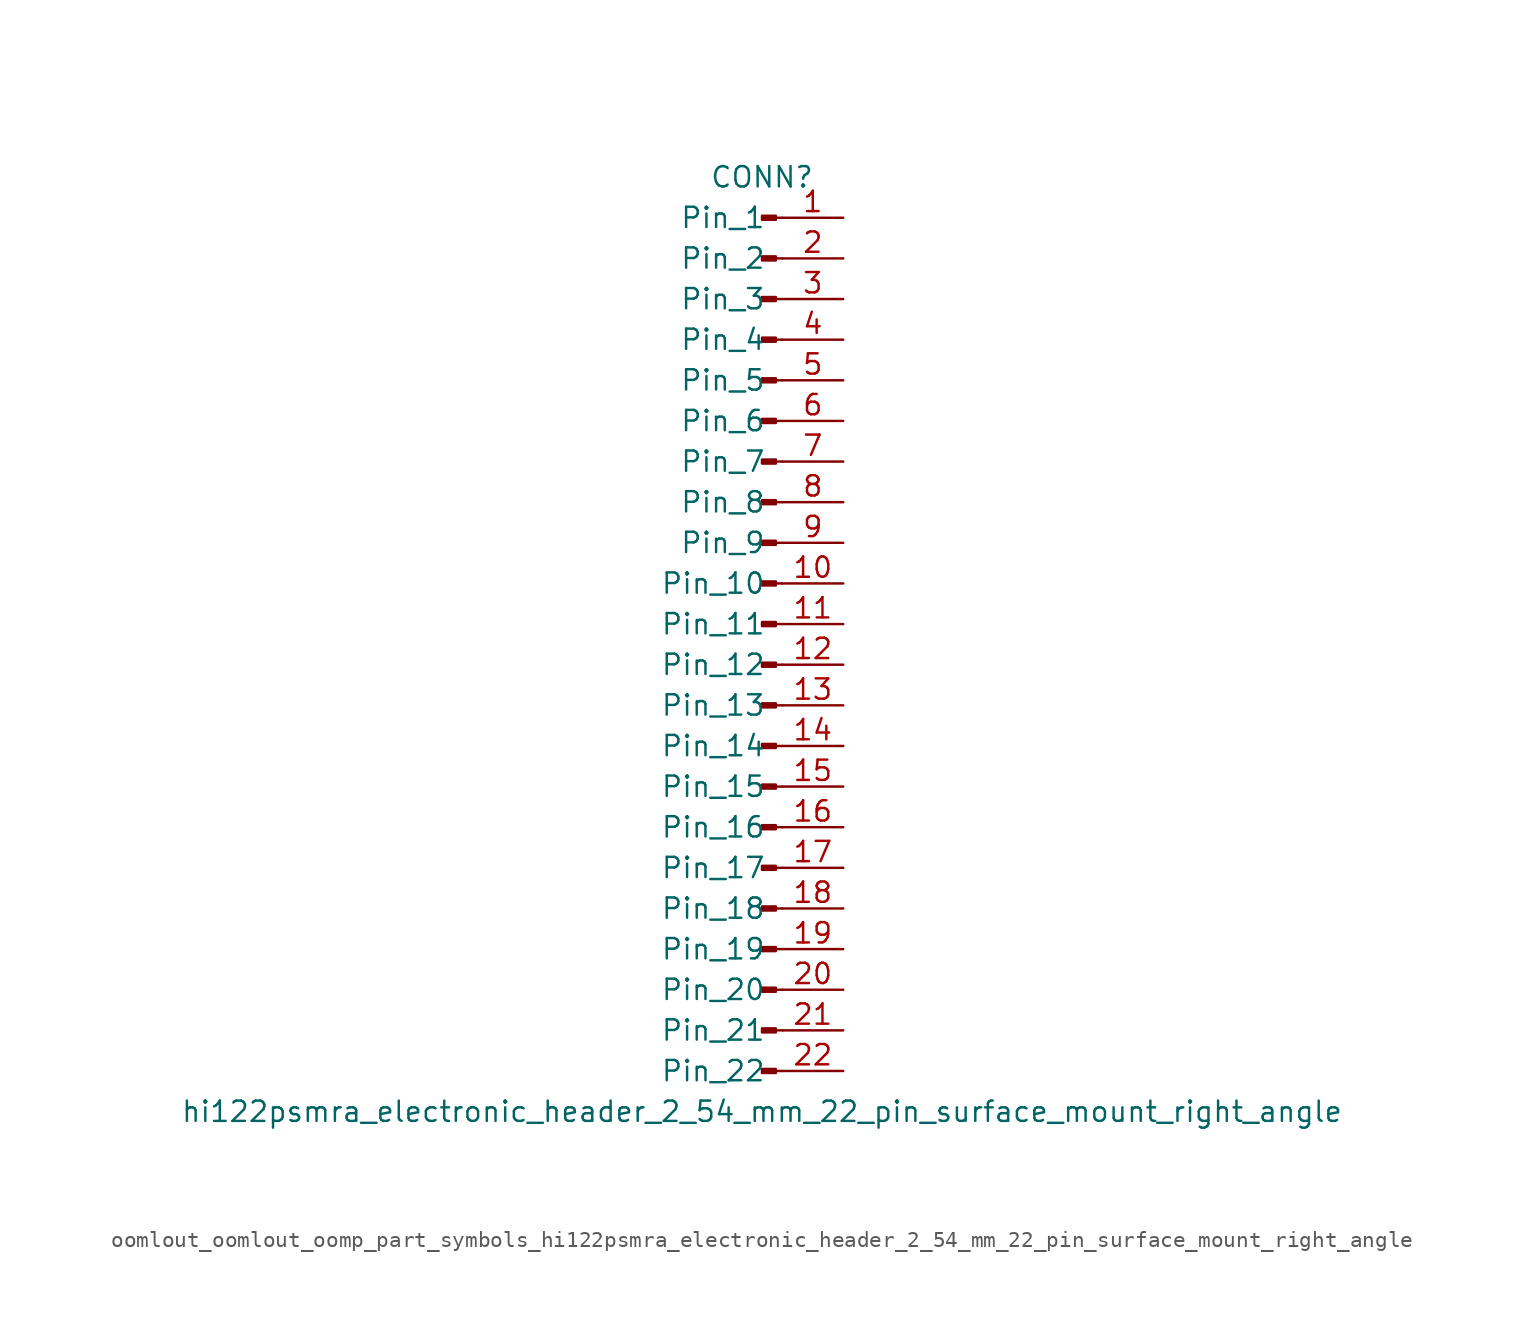
<source format=kicad_sym>
(kicad_symbol_lib
  (version 20220914)
  (generator kicad_symbol_editor)
  (symbol "oomlout_oomlout_oomp_part_symbols_hi122psmra_electronic_header_2_54_mm_22_pin_surface_mount_right_angle"
    (pin_names
      (offset 1.016))
    (property "Reference" "CONN"
      (at 0 27.94 0)
      (effects (font (size 1.27 1.27))))
    (property "Value" "hi122psmra_electronic_header_2_54_mm_22_pin_surface_mount_right_angle"
      (at 0 -30.48 0)
      (effects (font (size 1.27 1.27))))
    (property "ki_locked" ""
      (at 0 0 0)
      (effects (font (size 1.27 1.27))))
    (symbol "oomlout_oomlout_oomp_part_symbols_hi122psmra_electronic_header_2_54_mm_22_pin_surface_mount_right_angle_1_1"
      (polyline (pts (xy 1.27 -27.94) (xy 0.864 -27.94)) (stroke (width 0.152) (type default)) (fill (type none)))
      (polyline (pts (xy 1.27 -25.4) (xy 0.864 -25.4)) (stroke (width 0.152) (type default)) (fill (type none)))
      (polyline (pts (xy 1.27 -22.86) (xy 0.864 -22.86)) (stroke (width 0.152) (type default)) (fill (type none)))
      (polyline (pts (xy 1.27 -20.32) (xy 0.864 -20.32)) (stroke (width 0.152) (type default)) (fill (type none)))
      (polyline (pts (xy 1.27 -17.78) (xy 0.864 -17.78)) (stroke (width 0.152) (type default)) (fill (type none)))
      (polyline (pts (xy 1.27 -15.24) (xy 0.864 -15.24)) (stroke (width 0.152) (type default)) (fill (type none)))
      (polyline (pts (xy 1.27 -12.7) (xy 0.864 -12.7)) (stroke (width 0.152) (type default)) (fill (type none)))
      (polyline (pts (xy 1.27 -10.16) (xy 0.864 -10.16)) (stroke (width 0.152) (type default)) (fill (type none)))
      (polyline (pts (xy 1.27 -7.62) (xy 0.864 -7.62)) (stroke (width 0.152) (type default)) (fill (type none)))
      (polyline (pts (xy 1.27 -5.08) (xy 0.864 -5.08)) (stroke (width 0.152) (type default)) (fill (type none)))
      (polyline (pts (xy 1.27 -2.54) (xy 0.864 -2.54)) (stroke (width 0.152) (type default)) (fill (type none)))
      (polyline (pts (xy 1.27 0) (xy 0.864 0)) (stroke (width 0.152) (type default)) (fill (type none)))
      (polyline (pts (xy 1.27 2.54) (xy 0.864 2.54)) (stroke (width 0.152) (type default)) (fill (type none)))
      (polyline (pts (xy 1.27 5.08) (xy 0.864 5.08)) (stroke (width 0.152) (type default)) (fill (type none)))
      (polyline (pts (xy 1.27 7.62) (xy 0.864 7.62)) (stroke (width 0.152) (type default)) (fill (type none)))
      (polyline (pts (xy 1.27 10.16) (xy 0.864 10.16)) (stroke (width 0.152) (type default)) (fill (type none)))
      (polyline (pts (xy 1.27 12.7) (xy 0.864 12.7)) (stroke (width 0.152) (type default)) (fill (type none)))
      (polyline (pts (xy 1.27 15.24) (xy 0.864 15.24)) (stroke (width 0.152) (type default)) (fill (type none)))
      (polyline (pts (xy 1.27 17.78) (xy 0.864 17.78)) (stroke (width 0.152) (type default)) (fill (type none)))
      (polyline (pts (xy 1.27 20.32) (xy 0.864 20.32)) (stroke (width 0.152) (type default)) (fill (type none)))
      (polyline (pts (xy 1.27 22.86) (xy 0.864 22.86)) (stroke (width 0.152) (type default)) (fill (type none)))
      (polyline (pts (xy 1.27 25.4) (xy 0.864 25.4)) (stroke (width 0.152) (type default)) (fill (type none)))
      (rectangle (start 0.864 -27.813) (end 0 -28.067) (stroke (width 0.152) (type default)) (fill (type outline)))
      (rectangle (start 0.864 -25.273) (end 0 -25.527) (stroke (width 0.152) (type default)) (fill (type outline)))
      (rectangle (start 0.864 -22.733) (end 0 -22.987) (stroke (width 0.152) (type default)) (fill (type outline)))
      (rectangle (start 0.864 -20.193) (end 0 -20.447) (stroke (width 0.152) (type default)) (fill (type outline)))
      (rectangle (start 0.864 -17.653) (end 0 -17.907) (stroke (width 0.152) (type default)) (fill (type outline)))
      (rectangle (start 0.864 -15.113) (end 0 -15.367) (stroke (width 0.152) (type default)) (fill (type outline)))
      (rectangle (start 0.864 -12.573) (end 0 -12.827) (stroke (width 0.152) (type default)) (fill (type outline)))
      (rectangle (start 0.864 -10.033) (end 0 -10.287) (stroke (width 0.152) (type default)) (fill (type outline)))
      (rectangle (start 0.864 -7.493) (end 0 -7.747) (stroke (width 0.152) (type default)) (fill (type outline)))
      (rectangle (start 0.864 -4.953) (end 0 -5.207) (stroke (width 0.152) (type default)) (fill (type outline)))
      (rectangle (start 0.864 -2.413) (end 0 -2.667) (stroke (width 0.152) (type default)) (fill (type outline)))
      (rectangle (start 0.864 0.127) (end 0 -0.127) (stroke (width 0.152) (type default)) (fill (type outline)))
      (rectangle (start 0.864 2.667) (end 0 2.413) (stroke (width 0.152) (type default)) (fill (type outline)))
      (rectangle (start 0.864 5.207) (end 0 4.953) (stroke (width 0.152) (type default)) (fill (type outline)))
      (rectangle (start 0.864 7.747) (end 0 7.493) (stroke (width 0.152) (type default)) (fill (type outline)))
      (rectangle (start 0.864 10.287) (end 0 10.033) (stroke (width 0.152) (type default)) (fill (type outline)))
      (rectangle (start 0.864 12.827) (end 0 12.573) (stroke (width 0.152) (type default)) (fill (type outline)))
      (rectangle (start 0.864 15.367) (end 0 15.113) (stroke (width 0.152) (type default)) (fill (type outline)))
      (rectangle (start 0.864 17.907) (end 0 17.653) (stroke (width 0.152) (type default)) (fill (type outline)))
      (rectangle (start 0.864 20.447) (end 0 20.193) (stroke (width 0.152) (type default)) (fill (type outline)))
      (rectangle (start 0.864 22.987) (end 0 22.733) (stroke (width 0.152) (type default)) (fill (type outline)))
      (rectangle (start 0.864 25.527) (end 0 25.273) (stroke (width 0.152) (type default)) (fill (type outline)))
      (pin passive line (at 5.08 25.4 180) (length 3.81) (name "Pin_1" (effects (font (size 1.27 1.27)))) (number "1" (effects (font (size 1.27 1.27)))))
      (pin passive line (at 5.08 2.54 180) (length 3.81) (name "Pin_10" (effects (font (size 1.27 1.27)))) (number "10" (effects (font (size 1.27 1.27)))))
      (pin passive line (at 5.08 0 180) (length 3.81) (name "Pin_11" (effects (font (size 1.27 1.27)))) (number "11" (effects (font (size 1.27 1.27)))))
      (pin passive line (at 5.08 -2.54 180) (length 3.81) (name "Pin_12" (effects (font (size 1.27 1.27)))) (number "12" (effects (font (size 1.27 1.27)))))
      (pin passive line (at 5.08 -5.08 180) (length 3.81) (name "Pin_13" (effects (font (size 1.27 1.27)))) (number "13" (effects (font (size 1.27 1.27)))))
      (pin passive line (at 5.08 -7.62 180) (length 3.81) (name "Pin_14" (effects (font (size 1.27 1.27)))) (number "14" (effects (font (size 1.27 1.27)))))
      (pin passive line (at 5.08 -10.16 180) (length 3.81) (name "Pin_15" (effects (font (size 1.27 1.27)))) (number "15" (effects (font (size 1.27 1.27)))))
      (pin passive line (at 5.08 -12.7 180) (length 3.81) (name "Pin_16" (effects (font (size 1.27 1.27)))) (number "16" (effects (font (size 1.27 1.27)))))
      (pin passive line (at 5.08 -15.24 180) (length 3.81) (name "Pin_17" (effects (font (size 1.27 1.27)))) (number "17" (effects (font (size 1.27 1.27)))))
      (pin passive line (at 5.08 -17.78 180) (length 3.81) (name "Pin_18" (effects (font (size 1.27 1.27)))) (number "18" (effects (font (size 1.27 1.27)))))
      (pin passive line (at 5.08 -20.32 180) (length 3.81) (name "Pin_19" (effects (font (size 1.27 1.27)))) (number "19" (effects (font (size 1.27 1.27)))))
      (pin passive line (at 5.08 22.86 180) (length 3.81) (name "Pin_2" (effects (font (size 1.27 1.27)))) (number "2" (effects (font (size 1.27 1.27)))))
      (pin passive line (at 5.08 -22.86 180) (length 3.81) (name "Pin_20" (effects (font (size 1.27 1.27)))) (number "20" (effects (font (size 1.27 1.27)))))
      (pin passive line (at 5.08 -25.4 180) (length 3.81) (name "Pin_21" (effects (font (size 1.27 1.27)))) (number "21" (effects (font (size 1.27 1.27)))))
      (pin passive line (at 5.08 -27.94 180) (length 3.81) (name "Pin_22" (effects (font (size 1.27 1.27)))) (number "22" (effects (font (size 1.27 1.27)))))
      (pin passive line (at 5.08 20.32 180) (length 3.81) (name "Pin_3" (effects (font (size 1.27 1.27)))) (number "3" (effects (font (size 1.27 1.27)))))
      (pin passive line (at 5.08 17.78 180) (length 3.81) (name "Pin_4" (effects (font (size 1.27 1.27)))) (number "4" (effects (font (size 1.27 1.27)))))
      (pin passive line (at 5.08 15.24 180) (length 3.81) (name "Pin_5" (effects (font (size 1.27 1.27)))) (number "5" (effects (font (size 1.27 1.27)))))
      (pin passive line (at 5.08 12.7 180) (length 3.81) (name "Pin_6" (effects (font (size 1.27 1.27)))) (number "6" (effects (font (size 1.27 1.27)))))
      (pin passive line (at 5.08 10.16 180) (length 3.81) (name "Pin_7" (effects (font (size 1.27 1.27)))) (number "7" (effects (font (size 1.27 1.27)))))
      (pin passive line (at 5.08 7.62 180) (length 3.81) (name "Pin_8" (effects (font (size 1.27 1.27)))) (number "8" (effects (font (size 1.27 1.27)))))
      (pin passive line (at 5.08 5.08 180) (length 3.81) (name "Pin_9" (effects (font (size 1.27 1.27)))) (number "9" (effects (font (size 1.27 1.27))))))))
</source>
